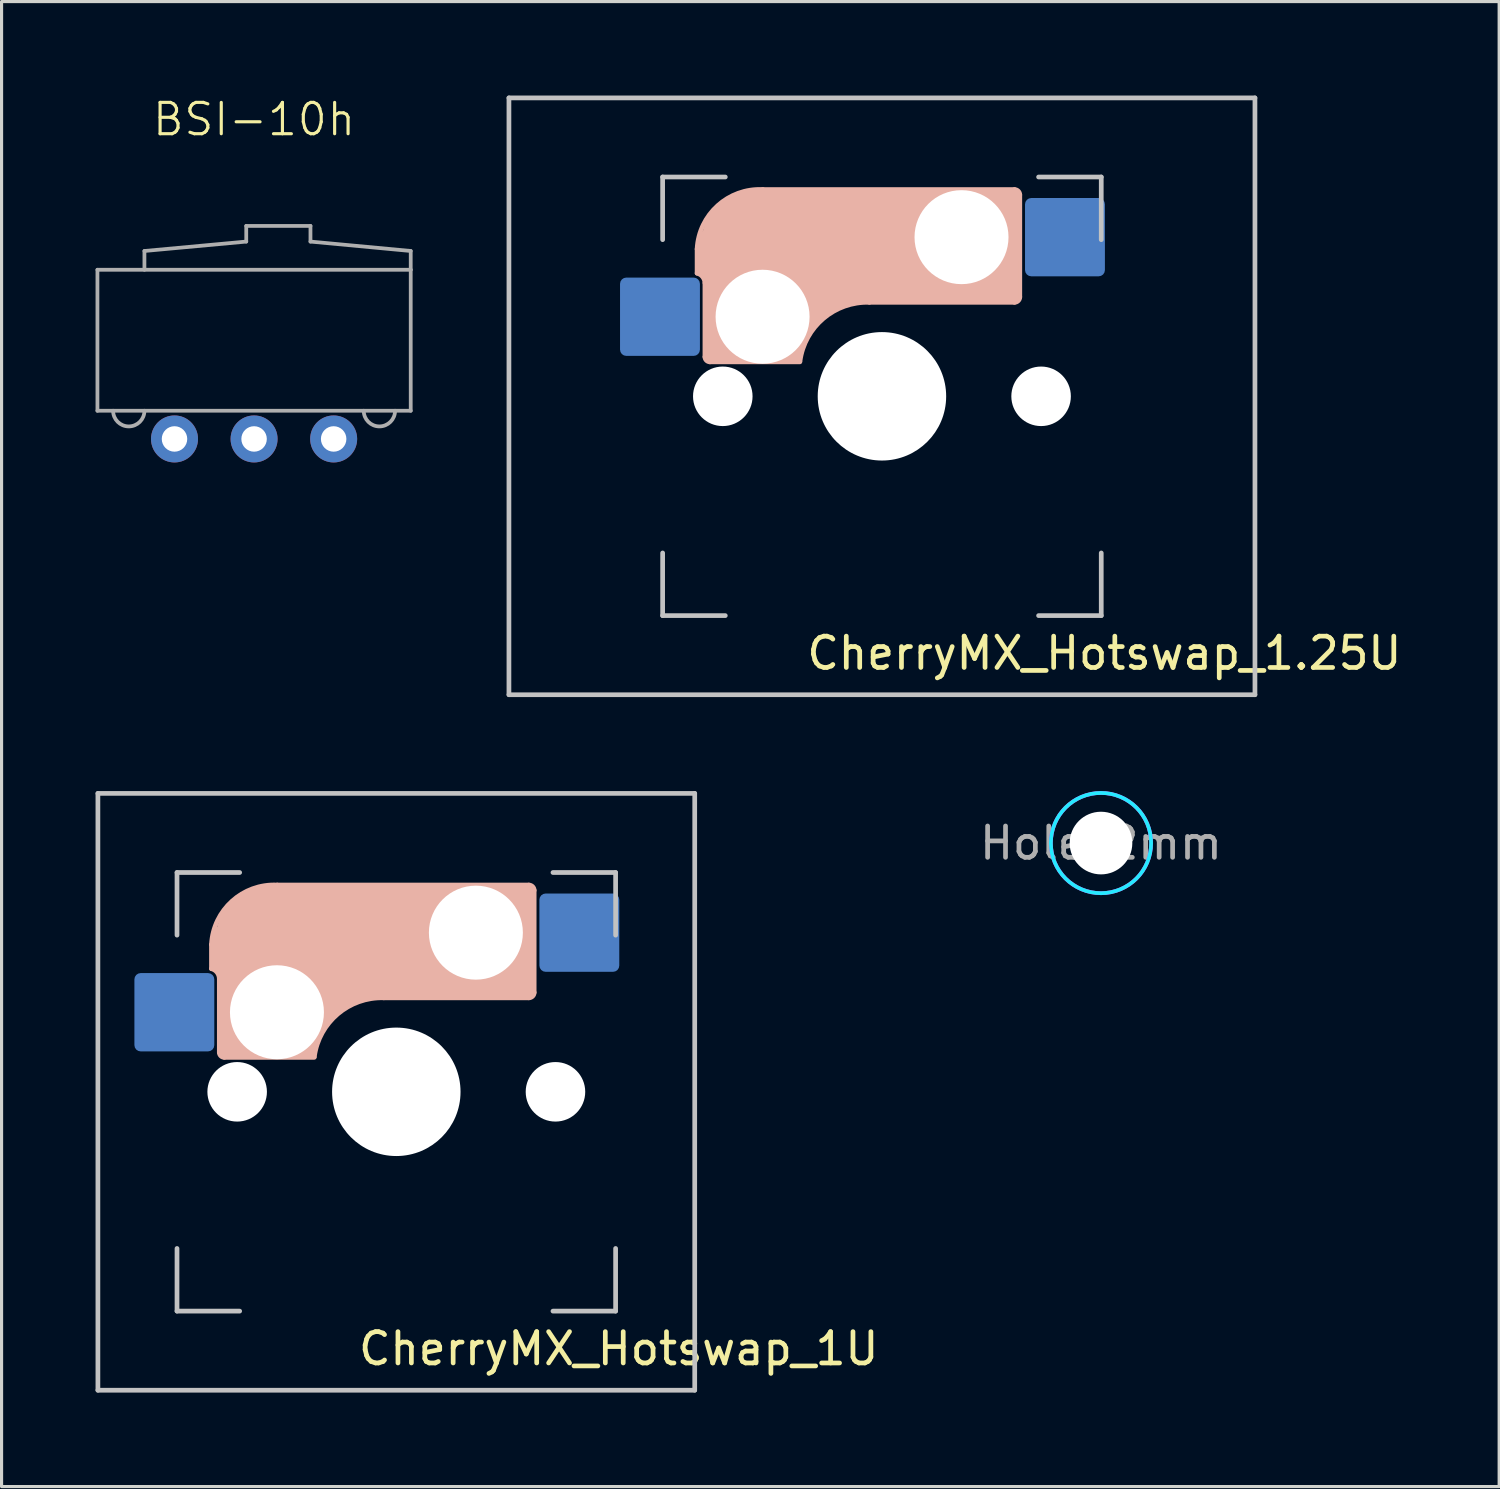
<source format=kicad_pcb>
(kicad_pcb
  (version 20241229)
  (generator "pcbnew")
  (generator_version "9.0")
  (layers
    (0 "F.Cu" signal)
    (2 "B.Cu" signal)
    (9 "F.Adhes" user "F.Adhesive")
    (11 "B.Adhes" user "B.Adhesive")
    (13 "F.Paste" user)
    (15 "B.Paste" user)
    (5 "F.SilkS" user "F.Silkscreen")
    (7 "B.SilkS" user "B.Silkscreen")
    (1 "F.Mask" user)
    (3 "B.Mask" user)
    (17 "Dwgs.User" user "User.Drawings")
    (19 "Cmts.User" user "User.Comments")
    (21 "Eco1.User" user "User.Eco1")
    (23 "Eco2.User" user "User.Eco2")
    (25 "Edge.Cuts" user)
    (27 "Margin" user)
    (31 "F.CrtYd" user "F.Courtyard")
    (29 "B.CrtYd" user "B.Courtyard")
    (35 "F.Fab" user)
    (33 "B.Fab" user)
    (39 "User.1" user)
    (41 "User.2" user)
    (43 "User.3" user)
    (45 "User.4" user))
  (footprint "CherryMX_Hotswap_1U"
    (layer "F.Cu")
    (at 9.6 31.8)
    (property "Reference" "CherryMX_Hotswap_1U" (at 7.1 8.2 0) (layer "F.SilkS") (effects (font (size 1 1) (thickness 0.15))))
    (attr smd)
    (fp_line (start -5.9 -4.7) (end -5.9 -3.93) (stroke (width 0.15) (type solid)) (layer "B.SilkS"))
    (fp_line (start -5.65 -3.62) (end -5.65 -1.26) (stroke (width 0.15) (type solid)) (layer "B.SilkS"))
    (fp_line (start -5.49 -1.1) (end -2.62 -1.1) (stroke (width 0.15) (type solid)) (layer "B.SilkS"))
    (fp_line (start -3.98 -4.8) (end 2.62 -4.8) (stroke (width 3.6) (type solid)) (layer "B.SilkS"))
    (fp_line (start -0.4 -3) (end 4.23 -3) (stroke (width 0.15) (type solid)) (layer "B.SilkS"))
    (fp_line (start 4.23 -6.6) (end -3.8 -6.6) (stroke (width 0.15) (type solid)) (layer "B.SilkS"))
    (fp_line (start 4.4 -3.17) (end 4.4 -6.43) (stroke (width 0.15) (type solid)) (layer "B.SilkS"))
    (fp_arc (start -5.9 -4.699999) (mid -5.243504 -6.084924) (end -3.800001 -6.6) (stroke (width 0.15) (type solid)) (layer "B.SilkS"))
    (fp_arc (start -5.9 -3.93) (mid -5.723792 -3.816297) (end -5.65 -3.62) (stroke (width 0.15) (type solid)) (layer "B.SilkS"))
    (fp_arc (start -5.49 -1.1) (mid -5.603137 -1.146863) (end -5.65 -1.26) (stroke (width 0.15) (type solid)) (layer "B.SilkS"))
    (fp_arc (start -2.616318 -1.121471) (mid -1.868709 -2.486118) (end -0.4 -3) (stroke (width 0.15) (type solid)) (layer "B.SilkS"))
    (fp_arc (start 4.229792 -6.599792) (mid 4.350002 -6.550002) (end 4.399792 -6.429792) (stroke (width 0.15) (type solid)) (layer "B.SilkS"))
    (fp_arc (start 4.4 -3.17) (mid 4.350208 -3.049792) (end 4.23 -3) (stroke (width 0.15) (type solid)) (layer "B.SilkS"))
    (fp_poly (pts (xy 3.046 -3.064) (xy 4.306 -4.324) (xy 4.306 -3.084)) (stroke (width 0.12) (type solid)) (fill yes) (layer "B.SilkS"))
    (fp_poly (pts (xy 4.348 -5.278) (xy 3.088 -6.538) (xy 4.328 -6.538)) (stroke (width 0.12) (type solid)) (fill yes) (layer "B.SilkS"))
    (fp_poly (pts (xy -0.962 -2.986) (xy -1.592 -2.776) (xy -1.97 -2.5) (xy -2.41 -1.94) (xy -2.695 -1.16) (xy -5.58 -1.18) (xy -5.63 -3.77) (xy -5.85 -3.97) (xy -5.881 -4.293) (xy -5.77 -5.212)) (stroke (width 0.12) (type solid)) (fill yes) (layer "B.SilkS"))
    (fp_line (start -9.525 -9.525) (end 9.525 -9.525) (stroke (width 0.15) (type solid)) (layer "Dwgs.User"))
    (fp_line (start -9.525 9.525) (end -9.525 -9.525) (stroke (width 0.15) (type solid)) (layer "Dwgs.User"))
    (fp_line (start -7 -7) (end -5 -7) (stroke (width 0.15) (type solid)) (layer "Dwgs.User"))
    (fp_line (start -7 -5) (end -7 -7) (stroke (width 0.15) (type solid)) (layer "Dwgs.User"))
    (fp_line (start -7 5) (end -7 7) (stroke (width 0.15) (type solid)) (layer "Dwgs.User"))
    (fp_line (start -7 7) (end -5 7) (stroke (width 0.15) (type solid)) (layer "Dwgs.User"))
    (fp_line (start 5 7) (end 7 7) (stroke (width 0.15) (type solid)) (layer "Dwgs.User"))
    (fp_line (start 7 -7) (end 5 -7) (stroke (width 0.15) (type solid)) (layer "Dwgs.User"))
    (fp_line (start 7 -7) (end 7 -5) (stroke (width 0.15) (type solid)) (layer "Dwgs.User"))
    (fp_line (start 7 7) (end 7 5) (stroke (width 0.15) (type solid)) (layer "Dwgs.User"))
    (fp_line (start 9.525 -9.525) (end 9.525 9.525) (stroke (width 0.15) (type solid)) (layer "Dwgs.User"))
    (fp_line (start 9.525 9.525) (end -9.525 9.525) (stroke (width 0.15) (type solid)) (layer "Dwgs.User"))
    (pad "" np_thru_hole circle (at -5.08 0) (size 1.9 1.9) (drill 1.9) (layers "*.Cu" "*.Mask"))
    (pad "" np_thru_hole circle (at -3.81 -2.54) (size 3 3) (drill 3) (layers "*.Cu" "*.Mask"))
    (pad "" np_thru_hole circle (at 0 0 90) (size 4.1 4.1) (drill 4.1) (layers "*.Cu" "*.Mask"))
    (pad "" np_thru_hole circle (at 2.54 -5.08) (size 3 3) (drill 3) (layers "*.Cu" "*.Mask"))
    (pad "" np_thru_hole circle (at 5.08 0) (size 1.9 1.9) (drill 1.9) (layers "*.Cu" "*.Mask"))
    (pad "1" smd roundrect (at -7.085 -2.54 180) (size 2.55 2.5) (layers "B.Cu" "B.Mask" "B.Paste") (roundrect_rratio 0.08))
    (pad "2" smd roundrect (at 5.842 -5.08 180) (size 2.55 2.5) (layers "B.Cu" "B.Mask" "B.Paste") (roundrect_rratio 0.08)))
  (footprint "Hole_2mm"
    (layer "F.Cu")
    (at 32.093 23.86)
    (property "Reference" "Hole_2mm" (at 0 0 0) (layer "F.Fab") (effects (font (size 1 1) (thickness 0.15))))
    (attr through_hole)
    (fp_circle (center 0 0) (end 0 -1.6) (stroke (width 0.12) (type solid)) (fill no) (layer "B.CrtYd"))
    (fp_circle (center 0 0) (end 0 -1.6) (stroke (width 0.12) (type solid)) (fill no) (layer "F.CrtYd"))
    (pad "" np_thru_hole circle (at 0 0 270) (size 2 2) (drill 2) (layers "*.Cu" "*.Mask")))
  (footprint "BSI-10h"
    (layer "F.Cu")
    (at 5.06 5.561)
    (property "Reference" "BSI-10h" (at 0 -4.8 0) (unlocked yes) (layer "F.SilkS") (effects (font (size 1 1) (thickness 0.1))))
    (attr through_hole)
    (fp_line (start -5 0) (end 5 0) (stroke (width 0.12) (type default)) (layer "F.Fab"))
    (fp_line (start -5 4.5) (end -5 0) (stroke (width 0.12) (type default)) (layer "F.Fab"))
    (fp_line (start -3.5 -0.6) (end -0.25 -0.9) (stroke (width 0.12) (type default)) (layer "F.Fab"))
    (fp_line (start -3.5 0) (end -3.5 -0.6) (stroke (width 0.12) (type default)) (layer "F.Fab"))
    (fp_line (start -0.25 -1.4) (end -0.25 -0.9) (stroke (width 0.12) (type default)) (layer "F.Fab"))
    (fp_line (start -0.25 -1.4) (end 1.8 -1.4) (stroke (width 0.12) (type default)) (layer "F.Fab"))
    (fp_line (start 1.8 -1.4) (end 1.8 -0.9) (stroke (width 0.12) (type default)) (layer "F.Fab"))
    (fp_line (start 5 -0.6) (end 1.8 -0.9) (stroke (width 0.12) (type default)) (layer "F.Fab"))
    (fp_line (start 5 -0.6) (end 5 0) (stroke (width 0.12) (type default)) (layer "F.Fab"))
    (fp_line (start 5 0) (end 5 4.5) (stroke (width 0.12) (type default)) (layer "F.Fab"))
    (fp_line (start 5 4.5) (end -5 4.5) (stroke (width 0.12) (type default)) (layer "F.Fab"))
    (fp_arc (start -3.5 4.5) (mid -4 5) (end -4.5 4.5) (stroke (width 0.12) (type default)) (layer "F.Fab"))
    (fp_arc (start 4.5 4.5) (mid 4 5) (end 3.5 4.5) (stroke (width 0.12) (type default)) (layer "F.Fab"))
    (pad "1" thru_hole circle (at -2.54 5.4) (size 1.5 1.5) (drill 0.813) (layers "*.Cu" "B.Mask"))
    (pad "2" thru_hole circle (at 0 5.4) (size 1.5 1.5) (drill 0.813) (layers "*.Cu" "B.Mask"))
    (pad "3" thru_hole circle (at 2.54 5.4) (size 1.5 1.5) (drill 0.813) (layers "*.Cu" "B.Mask")))
  (footprint "CherryMX_Hotswap_1.25U"
    (layer "F.Cu")
    (at 25.101 9.6)
    (property "Reference" "CherryMX_Hotswap_1.25U" (at 7.1 8.2 0) (layer "F.SilkS") (effects (font (size 1 1) (thickness 0.15))))
    (attr smd)
    (fp_line (start -5.9 -4.7) (end -5.9 -3.93) (stroke (width 0.15) (type solid)) (layer "B.SilkS"))
    (fp_line (start -5.65 -3.62) (end -5.65 -1.26) (stroke (width 0.15) (type solid)) (layer "B.SilkS"))
    (fp_line (start -5.49 -1.1) (end -2.62 -1.1) (stroke (width 0.15) (type solid)) (layer "B.SilkS"))
    (fp_line (start -3.98 -4.8) (end 2.62 -4.8) (stroke (width 3.6) (type solid)) (layer "B.SilkS"))
    (fp_line (start -0.4 -3) (end 4.23 -3) (stroke (width 0.15) (type solid)) (layer "B.SilkS"))
    (fp_line (start 4.23 -6.6) (end -3.8 -6.6) (stroke (width 0.15) (type solid)) (layer "B.SilkS"))
    (fp_line (start 4.4 -3.17) (end 4.4 -6.43) (stroke (width 0.15) (type solid)) (layer "B.SilkS"))
    (fp_arc (start -5.9 -4.699999) (mid -5.243504 -6.084924) (end -3.800001 -6.6) (stroke (width 0.15) (type solid)) (layer "B.SilkS"))
    (fp_arc (start -5.9 -3.93) (mid -5.723792 -3.816297) (end -5.65 -3.62) (stroke (width 0.15) (type solid)) (layer "B.SilkS"))
    (fp_arc (start -5.49 -1.1) (mid -5.603137 -1.146863) (end -5.65 -1.26) (stroke (width 0.15) (type solid)) (layer "B.SilkS"))
    (fp_arc (start -2.616318 -1.121471) (mid -1.868709 -2.486118) (end -0.4 -3) (stroke (width 0.15) (type solid)) (layer "B.SilkS"))
    (fp_arc (start 4.229792 -6.599792) (mid 4.350002 -6.550002) (end 4.399792 -6.429792) (stroke (width 0.15) (type solid)) (layer "B.SilkS"))
    (fp_arc (start 4.4 -3.17) (mid 4.350208 -3.049792) (end 4.23 -3) (stroke (width 0.15) (type solid)) (layer "B.SilkS"))
    (fp_poly (pts (xy 3.046 -3.064) (xy 4.306 -4.324) (xy 4.306 -3.084)) (stroke (width 0.12) (type solid)) (fill yes) (layer "B.SilkS"))
    (fp_poly (pts (xy 4.348 -5.278) (xy 3.088 -6.538) (xy 4.328 -6.538)) (stroke (width 0.12) (type solid)) (fill yes) (layer "B.SilkS"))
    (fp_poly (pts (xy -0.962 -2.986) (xy -1.592 -2.776) (xy -1.97 -2.5) (xy -2.41 -1.94) (xy -2.695 -1.16) (xy -5.58 -1.18) (xy -5.63 -3.77) (xy -5.85 -3.97) (xy -5.881 -4.293) (xy -5.77 -5.212)) (stroke (width 0.12) (type solid)) (fill yes) (layer "B.SilkS"))
    (fp_line (start -11.906 -9.525) (end 11.906 -9.525) (stroke (width 0.15) (type solid)) (layer "Dwgs.User"))
    (fp_line (start -11.906 9.525) (end -11.906 -9.525) (stroke (width 0.15) (type solid)) (layer "Dwgs.User"))
    (fp_line (start -7 -7) (end -5 -7) (stroke (width 0.15) (type solid)) (layer "Dwgs.User"))
    (fp_line (start -7 -5) (end -7 -7) (stroke (width 0.15) (type solid)) (layer "Dwgs.User"))
    (fp_line (start -7 5) (end -7 7) (stroke (width 0.15) (type solid)) (layer "Dwgs.User"))
    (fp_line (start -7 7) (end -5 7) (stroke (width 0.15) (type solid)) (layer "Dwgs.User"))
    (fp_line (start 5 7) (end 7 7) (stroke (width 0.15) (type solid)) (layer "Dwgs.User"))
    (fp_line (start 7 -7) (end 5 -7) (stroke (width 0.15) (type solid)) (layer "Dwgs.User"))
    (fp_line (start 7 -7) (end 7 -5) (stroke (width 0.15) (type solid)) (layer "Dwgs.User"))
    (fp_line (start 7 7) (end 7 5) (stroke (width 0.15) (type solid)) (layer "Dwgs.User"))
    (fp_line (start 11.906 -9.525) (end 11.906 9.525) (stroke (width 0.15) (type solid)) (layer "Dwgs.User"))
    (fp_line (start 11.906 9.525) (end -11.906 9.525) (stroke (width 0.15) (type solid)) (layer "Dwgs.User"))
    (pad "" np_thru_hole circle (at -5.08 0) (size 1.9 1.9) (drill 1.9) (layers "*.Cu" "*.Mask"))
    (pad "" np_thru_hole circle (at -3.81 -2.54) (size 3 3) (drill 3) (layers "*.Cu" "*.Mask"))
    (pad "" np_thru_hole circle (at 0 0 90) (size 4.1 4.1) (drill 4.1) (layers "*.Cu" "*.Mask"))
    (pad "" np_thru_hole circle (at 2.54 -5.08) (size 3 3) (drill 3) (layers "*.Cu" "*.Mask"))
    (pad "" np_thru_hole circle (at 5.08 0) (size 1.9 1.9) (drill 1.9) (layers "*.Cu" "*.Mask"))
    (pad "1" smd roundrect (at -7.085 -2.54 180) (size 2.55 2.5) (layers "B.Cu" "B.Mask" "B.Paste") (roundrect_rratio 0.08))
    (pad "2" smd roundrect (at 5.842 -5.08 180) (size 2.55 2.5) (layers "B.Cu" "B.Mask" "B.Paste") (roundrect_rratio 0.08)))
  (gr_rect
    (start -3 -3)
    (end 44.802 44.4)
    (stroke (width 0.1) (type default))
    (fill no)
    (layer "Edge.Cuts")))
</source>
